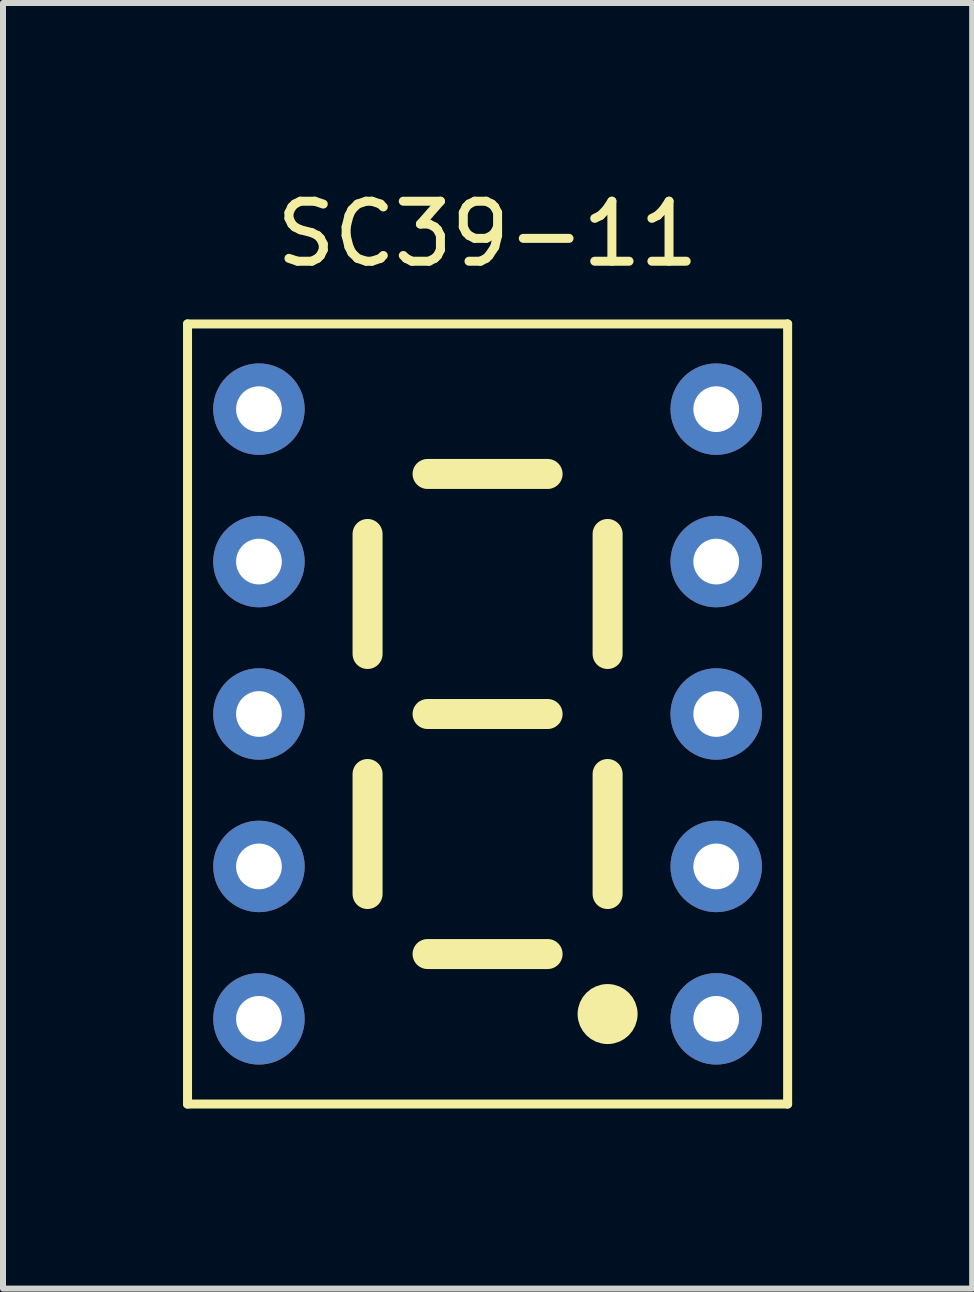
<source format=kicad_pcb>
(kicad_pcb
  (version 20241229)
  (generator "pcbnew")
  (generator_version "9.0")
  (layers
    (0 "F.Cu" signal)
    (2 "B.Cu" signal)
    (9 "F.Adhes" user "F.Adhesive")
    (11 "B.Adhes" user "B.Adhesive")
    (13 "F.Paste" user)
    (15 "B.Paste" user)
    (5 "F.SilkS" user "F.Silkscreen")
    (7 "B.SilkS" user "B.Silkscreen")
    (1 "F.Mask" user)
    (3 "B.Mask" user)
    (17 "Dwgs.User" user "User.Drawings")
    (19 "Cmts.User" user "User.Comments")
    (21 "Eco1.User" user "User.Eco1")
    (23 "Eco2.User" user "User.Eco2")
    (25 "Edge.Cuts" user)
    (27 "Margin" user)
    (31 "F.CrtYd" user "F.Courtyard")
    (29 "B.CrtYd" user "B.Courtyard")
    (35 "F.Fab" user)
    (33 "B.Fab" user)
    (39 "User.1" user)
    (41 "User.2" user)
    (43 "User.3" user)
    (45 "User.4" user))
  (footprint "SC39-11"
    (layer "F.Cu")
    (at 1.265 3.768)
    (property "Reference" "SC39-11" (at 3.81 -2.92 0) (layer "F.SilkS") (effects (font (size 1 1) (thickness 0.15))))
    (attr through_hole)
    (fp_line (start -1.19 -1.42) (end 8.81 -1.42) (stroke (width 0.15) (type solid)) (layer "F.SilkS"))
    (fp_line (start -1.19 11.58) (end -1.19 -1.42) (stroke (width 0.15) (type solid)) (layer "F.SilkS"))
    (fp_line (start 1.81 4.08) (end 1.81 2.08) (stroke (width 0.5) (type solid)) (layer "F.SilkS"))
    (fp_line (start 1.81 8.08) (end 1.81 6.08) (stroke (width 0.5) (type solid)) (layer "F.SilkS"))
    (fp_line (start 2.81 1.08) (end 4.81 1.08) (stroke (width 0.5) (type solid)) (layer "F.SilkS"))
    (fp_line (start 2.81 5.08) (end 4.81 5.08) (stroke (width 0.5) (type solid)) (layer "F.SilkS"))
    (fp_line (start 4.81 9.08) (end 2.81 9.08) (stroke (width 0.5) (type solid)) (layer "F.SilkS"))
    (fp_line (start 5.81 2.08) (end 5.81 4.08) (stroke (width 0.5) (type solid)) (layer "F.SilkS"))
    (fp_line (start 5.81 6.08) (end 5.81 8.08) (stroke (width 0.5) (type solid)) (layer "F.SilkS"))
    (fp_line (start 8.81 -1.42) (end 8.81 11.58) (stroke (width 0.15) (type solid)) (layer "F.SilkS"))
    (fp_line (start 8.81 11.58) (end -1.19 11.58) (stroke (width 0.15) (type solid)) (layer "F.SilkS"))
    (fp_circle (center 5.81 10.08) (end 6.06 10.08) (stroke (width 0.5) (type solid)) (fill no) (layer "F.SilkS"))
    (pad "1" thru_hole circle (at 0 0) (size 1.524 1.524) (drill 0.762) (layers "*.Cu" "*.Mask"))
    (pad "2" thru_hole circle (at 0 2.54) (size 1.524 1.524) (drill 0.762) (layers "*.Cu" "*.Mask"))
    (pad "3" thru_hole circle (at 0 5.08) (size 1.524 1.524) (drill 0.762) (layers "*.Cu" "*.Mask"))
    (pad "4" thru_hole circle (at 0 7.62) (size 1.524 1.524) (drill 0.762) (layers "*.Cu" "*.Mask"))
    (pad "5" thru_hole circle (at 0 10.16) (size 1.524 1.524) (drill 0.762) (layers "*.Cu" "*.Mask"))
    (pad "6" thru_hole circle (at 7.62 10.16) (size 1.524 1.524) (drill 0.762) (layers "*.Cu" "*.Mask"))
    (pad "7" thru_hole circle (at 7.62 7.62) (size 1.524 1.524) (drill 0.762) (layers "*.Cu" "*.Mask"))
    (pad "8" thru_hole circle (at 7.62 5.08) (size 1.524 1.524) (drill 0.762) (layers "*.Cu" "*.Mask"))
    (pad "9" thru_hole circle (at 7.62 2.54) (size 1.524 1.524) (drill 0.762) (layers "*.Cu" "*.Mask"))
    (pad "10" thru_hole circle (at 7.62 0) (size 1.524 1.524) (drill 0.762) (layers "*.Cu" "*.Mask")))
  (gr_rect
    (start -3 -3)
    (end 13.15 18.423)
    (stroke (width 0.1) (type default))
    (fill no)
    (layer "Edge.Cuts")))
</source>
